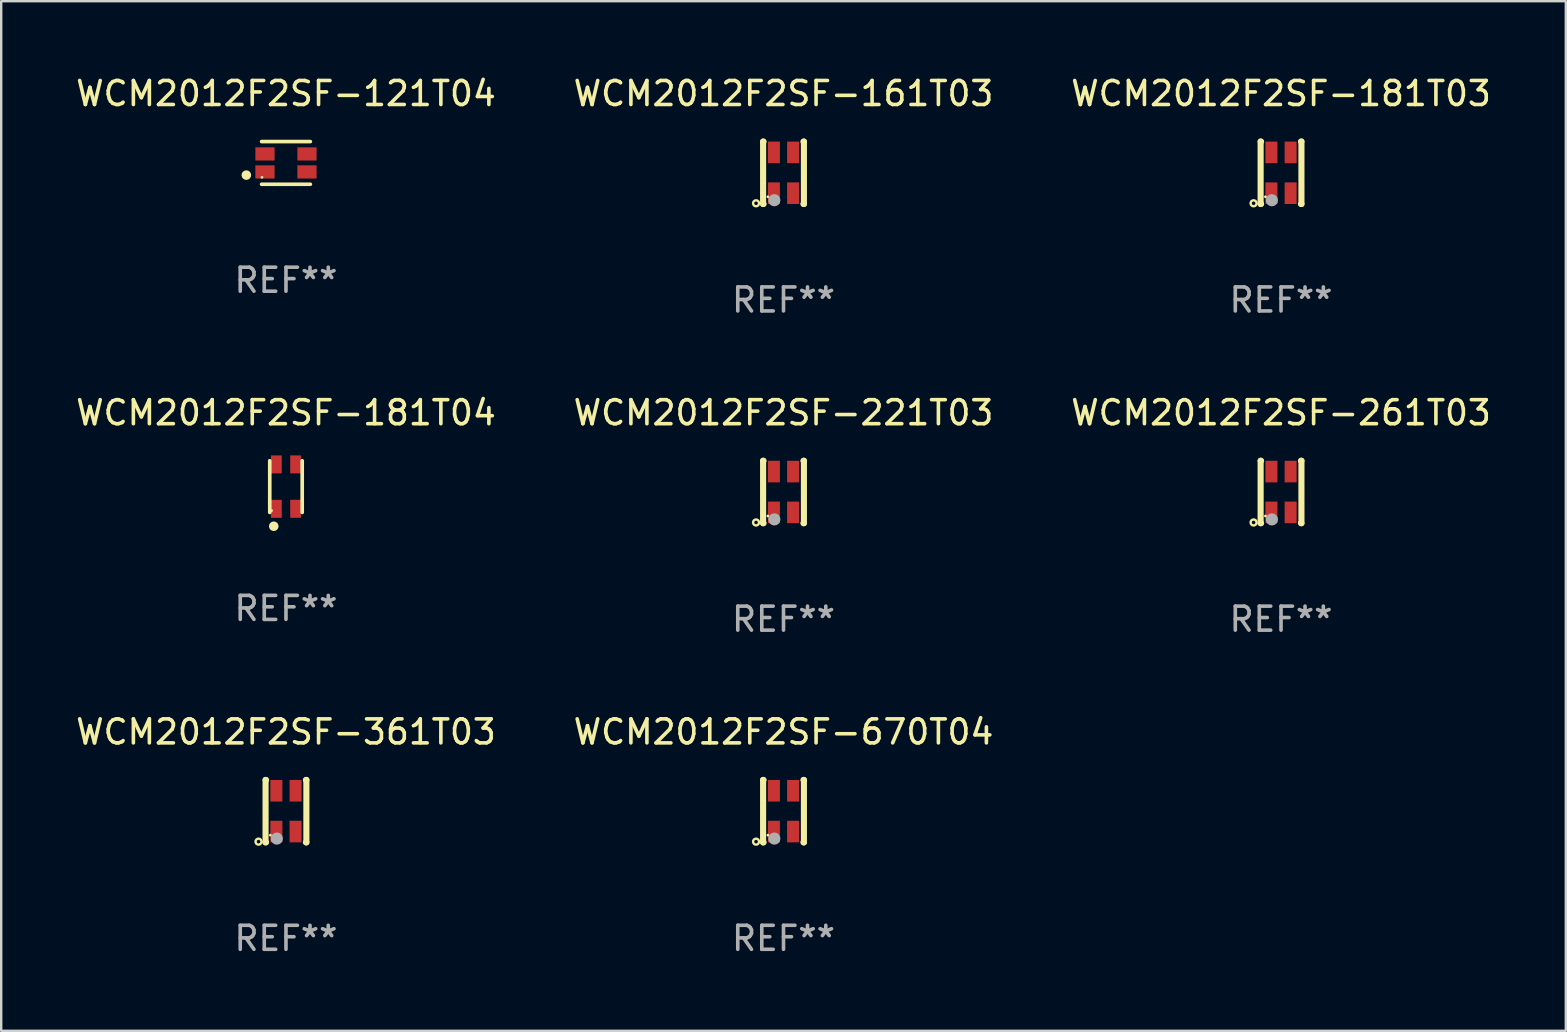
<source format=kicad_pcb>
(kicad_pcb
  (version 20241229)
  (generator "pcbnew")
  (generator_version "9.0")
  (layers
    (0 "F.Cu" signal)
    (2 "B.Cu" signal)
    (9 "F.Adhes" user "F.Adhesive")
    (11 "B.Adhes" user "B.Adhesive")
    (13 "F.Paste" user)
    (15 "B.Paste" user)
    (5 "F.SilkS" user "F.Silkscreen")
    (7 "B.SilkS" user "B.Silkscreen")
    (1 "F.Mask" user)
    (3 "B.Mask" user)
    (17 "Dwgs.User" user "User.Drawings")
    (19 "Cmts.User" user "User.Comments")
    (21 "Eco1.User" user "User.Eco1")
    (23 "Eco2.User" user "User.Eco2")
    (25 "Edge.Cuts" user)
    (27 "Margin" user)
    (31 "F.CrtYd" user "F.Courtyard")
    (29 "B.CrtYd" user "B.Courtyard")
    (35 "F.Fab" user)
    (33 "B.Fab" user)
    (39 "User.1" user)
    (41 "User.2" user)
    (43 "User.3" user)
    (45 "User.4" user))
  (footprint "WCM2012F2SF-121T04"
    (layer "F.Cu")
    (at 8.863 3.737)
    (property "Reference" "WCM2012F2SF-121T04" (at 0 -2.889 0) (layer "F.SilkS") (effects (font (size 1 1) (thickness 0.15))))
    (attr through_hole)
    (fp_line (start -1.016 0.889) (end 1.016 0.889) (stroke (width 0.152) (type solid)) (layer "F.SilkS"))
    (fp_line (start -1.016 -0.889) (end 1.016 -0.889) (stroke (width 0.152) (type solid)) (layer "F.SilkS"))
    (fp_circle (center -1.651 0.508) (end -1.551 0.508) (stroke (width 0.2) (type solid)) (fill no) (layer "F.SilkS"))
    (fp_circle (center -1 0.6) (end -0.97 0.6) (stroke (width 0.06) (type solid)) (fill no) (layer "F.SilkS"))
    (fp_text user "REF**" (at 0 4.889 0) (layer "F.Fab") (effects (font (size 1 1) (thickness 0.15))))
    (pad "1" smd rect (at -0.875 0.375 270) (size 0.55 0.8) (layers "F.Cu" "F.Mask" "F.Paste"))
    (pad "2" smd rect (at 0.875 0.375 270) (size 0.55 0.8) (layers "F.Cu" "F.Mask" "F.Paste"))
    (pad "3" smd rect (at 0.875 -0.375 270) (size 0.55 0.8) (layers "F.Cu" "F.Mask" "F.Paste"))
    (pad "4" smd rect (at -0.875 -0.375 270) (size 0.55 0.8) (layers "F.Cu" "F.Mask" "F.Paste")))
  (footprint "WCM2012F2SF-670T04"
    (layer "F.Cu")
    (at 29.589 30.741)
    (property "Reference" "WCM2012F2SF-670T04" (at 0 -3.3 0) (layer "F.SilkS") (effects (font (size 1 1) (thickness 0.15))))
    (attr through_hole)
    (fp_line (start -0.85 1.3) (end -0.85 -1.3) (stroke (width 0.254) (type solid)) (layer "F.SilkS"))
    (fp_line (start -0.831 -1.3) (end -0.85 -1.3) (stroke (width 0.254) (type solid)) (layer "F.SilkS"))
    (fp_line (start -0.831 1.3) (end -0.85 1.3) (stroke (width 0.254) (type solid)) (layer "F.SilkS"))
    (fp_line (start 0.85 -1.3) (end 0.831 -1.3) (stroke (width 0.254) (type solid)) (layer "F.SilkS"))
    (fp_line (start 0.85 1.3) (end 0.831 1.3) (stroke (width 0.254) (type solid)) (layer "F.SilkS"))
    (fp_line (start 0.85 1.3) (end 0.85 -1.3) (stroke (width 0.254) (type solid)) (layer "F.SilkS"))
    (fp_circle (center -1.143 1.27) (end -1.018 1.27) (stroke (width 0.1) (type solid)) (fill no) (layer "F.SilkS"))
    (fp_circle (center -0.65 1) (end -0.62 1) (stroke (width 0.06) (type solid)) (fill no) (layer "F.SilkS"))
    (fp_circle (center -0.381 1.143) (end -0.254 1.143) (stroke (width 0.254) (type solid)) (fill no) (layer "F.Fab"))
    (fp_text user "REF**" (at 0 5.3 0) (layer "F.Fab") (effects (font (size 1 1) (thickness 0.15))))
    (pad "1" smd rect (at -0.4 0.85) (size 0.5 0.9) (layers "F.Cu" "F.Mask" "F.Paste"))
    (pad "2" smd rect (at -0.4 -0.85) (size 0.5 0.9) (layers "F.Cu" "F.Mask" "F.Paste"))
    (pad "3" smd rect (at 0.4 -0.85) (size 0.5 0.9) (layers "F.Cu" "F.Mask" "F.Paste"))
    (pad "4" smd rect (at 0.4 0.85) (size 0.5 0.9) (layers "F.Cu" "F.Mask" "F.Paste")))
  (footprint "WCM2012F2SF-181T04"
    (layer "F.Cu")
    (at 8.863 17.221)
    (property "Reference" "WCM2012F2SF-181T04" (at 0 -3.076 0) (layer "F.SilkS") (effects (font (size 1 1) (thickness 0.15))))
    (attr through_hole)
    (fp_line (start -0.676 1.076) (end -0.676 -1.076) (stroke (width 0.152) (type solid)) (layer "F.SilkS"))
    (fp_line (start 0.676 1.076) (end 0.676 -1.076) (stroke (width 0.152) (type solid)) (layer "F.SilkS"))
    (fp_circle (center -0.6 1) (end -0.57 1) (stroke (width 0.06) (type solid)) (fill no) (layer "F.SilkS"))
    (fp_circle (center -0.508 1.651) (end -0.408 1.651) (stroke (width 0.2) (type solid)) (fill no) (layer "F.SilkS"))
    (fp_text user "REF**" (at 0 5.076 0) (layer "F.Fab") (effects (font (size 1 1) (thickness 0.15))))
    (pad "1" smd rect (at -0.4 0.925) (size 0.448 0.75) (layers "F.Cu" "F.Mask" "F.Paste"))
    (pad "2" smd rect (at 0.4 0.925) (size 0.448 0.75) (layers "F.Cu" "F.Mask" "F.Paste"))
    (pad "3" smd rect (at 0.4 -0.925) (size 0.448 0.75) (layers "F.Cu" "F.Mask" "F.Paste"))
    (pad "4" smd rect (at -0.4 -0.925) (size 0.448 0.75) (layers "F.Cu" "F.Mask" "F.Paste")))
  (footprint "WCM2012F2SF-261T03"
    (layer "F.Cu")
    (at 50.315 17.445)
    (property "Reference" "WCM2012F2SF-261T03" (at 0 -3.3 0) (layer "F.SilkS") (effects (font (size 1 1) (thickness 0.15))))
    (attr through_hole)
    (fp_line (start -0.85 1.3) (end -0.85 -1.3) (stroke (width 0.254) (type solid)) (layer "F.SilkS"))
    (fp_line (start -0.831 -1.3) (end -0.85 -1.3) (stroke (width 0.254) (type solid)) (layer "F.SilkS"))
    (fp_line (start -0.831 1.3) (end -0.85 1.3) (stroke (width 0.254) (type solid)) (layer "F.SilkS"))
    (fp_line (start 0.85 -1.3) (end 0.831 -1.3) (stroke (width 0.254) (type solid)) (layer "F.SilkS"))
    (fp_line (start 0.85 1.3) (end 0.831 1.3) (stroke (width 0.254) (type solid)) (layer "F.SilkS"))
    (fp_line (start 0.85 1.3) (end 0.85 -1.3) (stroke (width 0.254) (type solid)) (layer "F.SilkS"))
    (fp_circle (center -1.143 1.27) (end -1.018 1.27) (stroke (width 0.1) (type solid)) (fill no) (layer "F.SilkS"))
    (fp_circle (center -0.65 1) (end -0.62 1) (stroke (width 0.06) (type solid)) (fill no) (layer "F.SilkS"))
    (fp_circle (center -0.381 1.143) (end -0.254 1.143) (stroke (width 0.254) (type solid)) (fill no) (layer "F.Fab"))
    (fp_text user "REF**" (at 0 5.3 0) (layer "F.Fab") (effects (font (size 1 1) (thickness 0.15))))
    (pad "1" smd rect (at -0.4 0.85) (size 0.5 0.9) (layers "F.Cu" "F.Mask" "F.Paste"))
    (pad "2" smd rect (at -0.4 -0.85) (size 0.5 0.9) (layers "F.Cu" "F.Mask" "F.Paste"))
    (pad "3" smd rect (at 0.4 -0.85) (size 0.5 0.9) (layers "F.Cu" "F.Mask" "F.Paste"))
    (pad "4" smd rect (at 0.4 0.85) (size 0.5 0.9) (layers "F.Cu" "F.Mask" "F.Paste")))
  (footprint "WCM2012F2SF-221T03"
    (layer "F.Cu")
    (at 29.589 17.445)
    (property "Reference" "WCM2012F2SF-221T03" (at 0 -3.3 0) (layer "F.SilkS") (effects (font (size 1 1) (thickness 0.15))))
    (attr through_hole)
    (fp_line (start -0.85 1.3) (end -0.85 -1.3) (stroke (width 0.254) (type solid)) (layer "F.SilkS"))
    (fp_line (start -0.831 -1.3) (end -0.85 -1.3) (stroke (width 0.254) (type solid)) (layer "F.SilkS"))
    (fp_line (start -0.831 1.3) (end -0.85 1.3) (stroke (width 0.254) (type solid)) (layer "F.SilkS"))
    (fp_line (start 0.85 -1.3) (end 0.831 -1.3) (stroke (width 0.254) (type solid)) (layer "F.SilkS"))
    (fp_line (start 0.85 1.3) (end 0.831 1.3) (stroke (width 0.254) (type solid)) (layer "F.SilkS"))
    (fp_line (start 0.85 1.3) (end 0.85 -1.3) (stroke (width 0.254) (type solid)) (layer "F.SilkS"))
    (fp_circle (center -1.143 1.27) (end -1.018 1.27) (stroke (width 0.1) (type solid)) (fill no) (layer "F.SilkS"))
    (fp_circle (center -0.65 1) (end -0.62 1) (stroke (width 0.06) (type solid)) (fill no) (layer "F.SilkS"))
    (fp_circle (center -0.381 1.143) (end -0.254 1.143) (stroke (width 0.254) (type solid)) (fill no) (layer "F.Fab"))
    (fp_text user "REF**" (at 0 5.3 0) (layer "F.Fab") (effects (font (size 1 1) (thickness 0.15))))
    (pad "1" smd rect (at -0.4 0.85) (size 0.5 0.9) (layers "F.Cu" "F.Mask" "F.Paste"))
    (pad "2" smd rect (at -0.4 -0.85) (size 0.5 0.9) (layers "F.Cu" "F.Mask" "F.Paste"))
    (pad "3" smd rect (at 0.4 -0.85) (size 0.5 0.9) (layers "F.Cu" "F.Mask" "F.Paste"))
    (pad "4" smd rect (at 0.4 0.85) (size 0.5 0.9) (layers "F.Cu" "F.Mask" "F.Paste")))
  (footprint "WCM2012F2SF-161T03"
    (layer "F.Cu")
    (at 29.589 4.148)
    (property "Reference" "WCM2012F2SF-161T03" (at 0 -3.3 0) (layer "F.SilkS") (effects (font (size 1 1) (thickness 0.15))))
    (attr through_hole)
    (fp_line (start -0.85 1.3) (end -0.85 -1.3) (stroke (width 0.254) (type solid)) (layer "F.SilkS"))
    (fp_line (start -0.831 -1.3) (end -0.85 -1.3) (stroke (width 0.254) (type solid)) (layer "F.SilkS"))
    (fp_line (start -0.831 1.3) (end -0.85 1.3) (stroke (width 0.254) (type solid)) (layer "F.SilkS"))
    (fp_line (start 0.85 -1.3) (end 0.831 -1.3) (stroke (width 0.254) (type solid)) (layer "F.SilkS"))
    (fp_line (start 0.85 1.3) (end 0.831 1.3) (stroke (width 0.254) (type solid)) (layer "F.SilkS"))
    (fp_line (start 0.85 1.3) (end 0.85 -1.3) (stroke (width 0.254) (type solid)) (layer "F.SilkS"))
    (fp_circle (center -1.143 1.27) (end -1.018 1.27) (stroke (width 0.1) (type solid)) (fill no) (layer "F.SilkS"))
    (fp_circle (center -0.65 1) (end -0.62 1) (stroke (width 0.06) (type solid)) (fill no) (layer "F.SilkS"))
    (fp_circle (center -0.381 1.143) (end -0.254 1.143) (stroke (width 0.254) (type solid)) (fill no) (layer "F.Fab"))
    (fp_text user "REF**" (at 0 5.3 0) (layer "F.Fab") (effects (font (size 1 1) (thickness 0.15))))
    (pad "1" smd rect (at -0.4 0.85) (size 0.5 0.9) (layers "F.Cu" "F.Mask" "F.Paste"))
    (pad "2" smd rect (at -0.4 -0.85) (size 0.5 0.9) (layers "F.Cu" "F.Mask" "F.Paste"))
    (pad "3" smd rect (at 0.4 -0.85) (size 0.5 0.9) (layers "F.Cu" "F.Mask" "F.Paste"))
    (pad "4" smd rect (at 0.4 0.85) (size 0.5 0.9) (layers "F.Cu" "F.Mask" "F.Paste")))
  (footprint "WCM2012F2SF-361T03"
    (layer "F.Cu")
    (at 8.863 30.741)
    (property "Reference" "WCM2012F2SF-361T03" (at 0 -3.3 0) (layer "F.SilkS") (effects (font (size 1 1) (thickness 0.15))))
    (attr through_hole)
    (fp_line (start -0.85 1.3) (end -0.85 -1.3) (stroke (width 0.254) (type solid)) (layer "F.SilkS"))
    (fp_line (start -0.831 -1.3) (end -0.85 -1.3) (stroke (width 0.254) (type solid)) (layer "F.SilkS"))
    (fp_line (start -0.831 1.3) (end -0.85 1.3) (stroke (width 0.254) (type solid)) (layer "F.SilkS"))
    (fp_line (start 0.85 -1.3) (end 0.831 -1.3) (stroke (width 0.254) (type solid)) (layer "F.SilkS"))
    (fp_line (start 0.85 1.3) (end 0.831 1.3) (stroke (width 0.254) (type solid)) (layer "F.SilkS"))
    (fp_line (start 0.85 1.3) (end 0.85 -1.3) (stroke (width 0.254) (type solid)) (layer "F.SilkS"))
    (fp_circle (center -1.143 1.27) (end -1.018 1.27) (stroke (width 0.1) (type solid)) (fill no) (layer "F.SilkS"))
    (fp_circle (center -0.65 1) (end -0.62 1) (stroke (width 0.06) (type solid)) (fill no) (layer "F.SilkS"))
    (fp_circle (center -0.381 1.143) (end -0.254 1.143) (stroke (width 0.254) (type solid)) (fill no) (layer "F.Fab"))
    (fp_text user "REF**" (at 0 5.3 0) (layer "F.Fab") (effects (font (size 1 1) (thickness 0.15))))
    (pad "1" smd rect (at -0.4 0.85) (size 0.5 0.9) (layers "F.Cu" "F.Mask" "F.Paste"))
    (pad "2" smd rect (at -0.4 -0.85) (size 0.5 0.9) (layers "F.Cu" "F.Mask" "F.Paste"))
    (pad "3" smd rect (at 0.4 -0.85) (size 0.5 0.9) (layers "F.Cu" "F.Mask" "F.Paste"))
    (pad "4" smd rect (at 0.4 0.85) (size 0.5 0.9) (layers "F.Cu" "F.Mask" "F.Paste")))
  (footprint "WCM2012F2SF-181T03"
    (layer "F.Cu")
    (at 50.315 4.148)
    (property "Reference" "WCM2012F2SF-181T03" (at 0 -3.3 0) (layer "F.SilkS") (effects (font (size 1 1) (thickness 0.15))))
    (attr through_hole)
    (fp_line (start -0.85 1.3) (end -0.85 -1.3) (stroke (width 0.254) (type solid)) (layer "F.SilkS"))
    (fp_line (start -0.831 -1.3) (end -0.85 -1.3) (stroke (width 0.254) (type solid)) (layer "F.SilkS"))
    (fp_line (start -0.831 1.3) (end -0.85 1.3) (stroke (width 0.254) (type solid)) (layer "F.SilkS"))
    (fp_line (start 0.85 -1.3) (end 0.831 -1.3) (stroke (width 0.254) (type solid)) (layer "F.SilkS"))
    (fp_line (start 0.85 1.3) (end 0.831 1.3) (stroke (width 0.254) (type solid)) (layer "F.SilkS"))
    (fp_line (start 0.85 1.3) (end 0.85 -1.3) (stroke (width 0.254) (type solid)) (layer "F.SilkS"))
    (fp_circle (center -1.143 1.27) (end -1.018 1.27) (stroke (width 0.1) (type solid)) (fill no) (layer "F.SilkS"))
    (fp_circle (center -0.65 1) (end -0.62 1) (stroke (width 0.06) (type solid)) (fill no) (layer "F.SilkS"))
    (fp_circle (center -0.381 1.143) (end -0.254 1.143) (stroke (width 0.254) (type solid)) (fill no) (layer "F.Fab"))
    (fp_text user "REF**" (at 0 5.3 0) (layer "F.Fab") (effects (font (size 1 1) (thickness 0.15))))
    (pad "1" smd rect (at -0.4 0.85) (size 0.5 0.9) (layers "F.Cu" "F.Mask" "F.Paste"))
    (pad "2" smd rect (at -0.4 -0.85) (size 0.5 0.9) (layers "F.Cu" "F.Mask" "F.Paste"))
    (pad "3" smd rect (at 0.4 -0.85) (size 0.5 0.9) (layers "F.Cu" "F.Mask" "F.Paste"))
    (pad "4" smd rect (at 0.4 0.85) (size 0.5 0.9) (layers "F.Cu" "F.Mask" "F.Paste")))
  (gr_rect
    (start -3 -3)
    (end 62.179 39.89)
    (stroke (width 0.1) (type default))
    (fill no)
    (layer "Edge.Cuts")))
</source>
